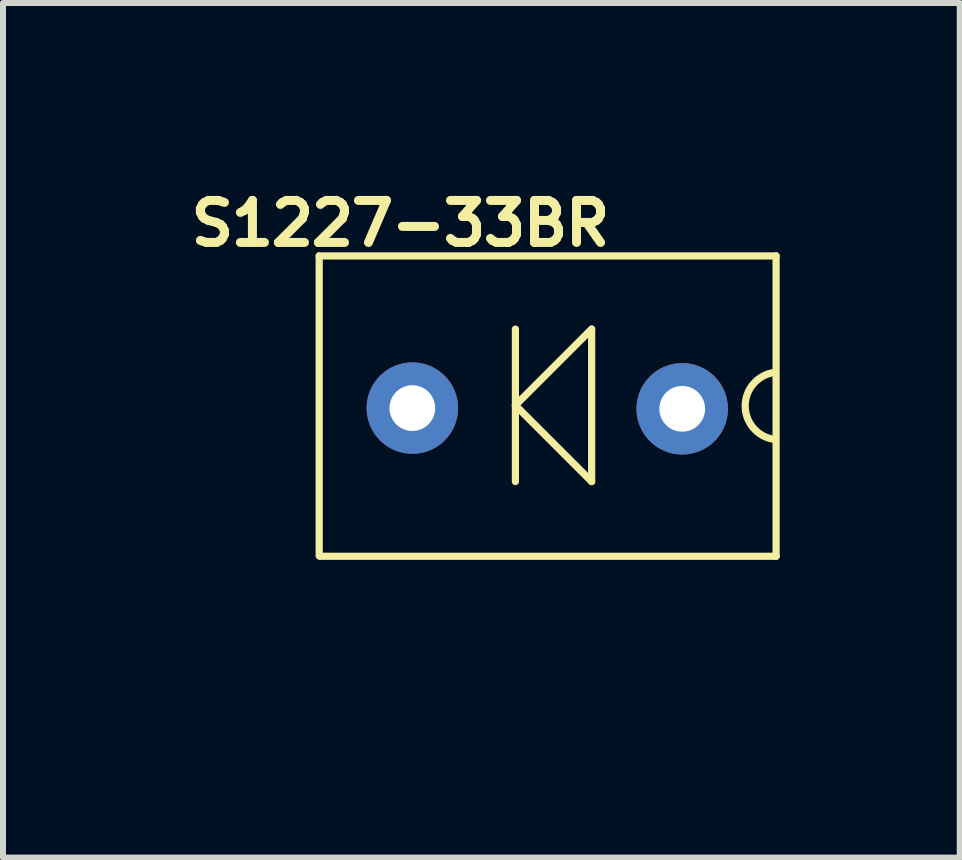
<source format=kicad_pcb>
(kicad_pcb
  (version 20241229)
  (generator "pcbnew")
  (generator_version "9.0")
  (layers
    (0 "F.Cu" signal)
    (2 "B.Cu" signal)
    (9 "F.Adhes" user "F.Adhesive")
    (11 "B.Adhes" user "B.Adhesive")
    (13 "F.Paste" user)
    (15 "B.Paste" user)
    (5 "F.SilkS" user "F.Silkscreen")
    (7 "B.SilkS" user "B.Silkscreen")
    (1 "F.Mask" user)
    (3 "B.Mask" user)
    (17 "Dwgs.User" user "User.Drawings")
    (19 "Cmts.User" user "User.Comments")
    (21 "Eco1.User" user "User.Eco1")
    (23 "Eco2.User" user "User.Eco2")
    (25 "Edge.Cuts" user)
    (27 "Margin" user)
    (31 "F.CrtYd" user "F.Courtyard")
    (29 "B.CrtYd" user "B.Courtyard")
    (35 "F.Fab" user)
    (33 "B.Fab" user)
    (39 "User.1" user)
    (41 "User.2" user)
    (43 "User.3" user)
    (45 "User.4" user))
  (footprint "S1227-33BR"
    (layer "F.Cu")
    (at 4.823 7.988)
    (property "Reference" "S1227-33BR" (at -1.201 -7.315 0) (layer "F.SilkS") (effects (font (size 0.7 0.7) (thickness 0.15))))
    (attr through_hole)
    (fp_line (start -2.555 -6.774) (end -2.555 -1.775) (stroke (width 0.12) (type solid)) (layer "F.SilkS"))
    (fp_line (start -2.54 -1.77) (end 5.057 -1.77) (stroke (width 0.12) (type solid)) (layer "F.SilkS"))
    (fp_line (start 0.714 -5.555) (end 0.714 -3.015) (stroke (width 0.12) (type solid)) (layer "F.SilkS"))
    (fp_line (start 0.714 -4.285) (end 1.984 -5.555) (stroke (width 0.12) (type solid)) (layer "F.SilkS"))
    (fp_line (start 0.714 -4.285) (end 1.984 -3.015) (stroke (width 0.12) (type solid)) (layer "F.SilkS"))
    (fp_line (start 1.984 -3.015) (end 1.984 -5.555) (stroke (width 0.12) (type solid)) (layer "F.SilkS"))
    (fp_line (start 5.057 -6.774) (end -2.555 -6.774) (stroke (width 0.12) (type solid)) (layer "F.SilkS"))
    (fp_line (start 5.057 -1.77) (end 5.057 -6.774) (stroke (width 0.12) (type solid)) (layer "F.SilkS"))
    (fp_arc (start 5.012792 -3.719177) (mid 4.542197 -4.285679) (end 5.03428 -4.83362) (stroke (width 0.12) (type solid)) (layer "F.SilkS"))
    (pad "1" thru_hole circle (at 3.493 -4.227) (size 1.524 1.524) (drill 0.762) (layers "*.Cu" "*.Mask"))
    (pad "2" thru_hole circle (at -1.003 -4.239) (size 1.524 1.524) (drill 0.762) (layers "*.Cu" "*.Mask")))
  (gr_rect
    (start -3 -3)
    (end 12.94 11.238)
    (stroke (width 0.1) (type default))
    (fill no)
    (layer "Edge.Cuts")))
</source>
